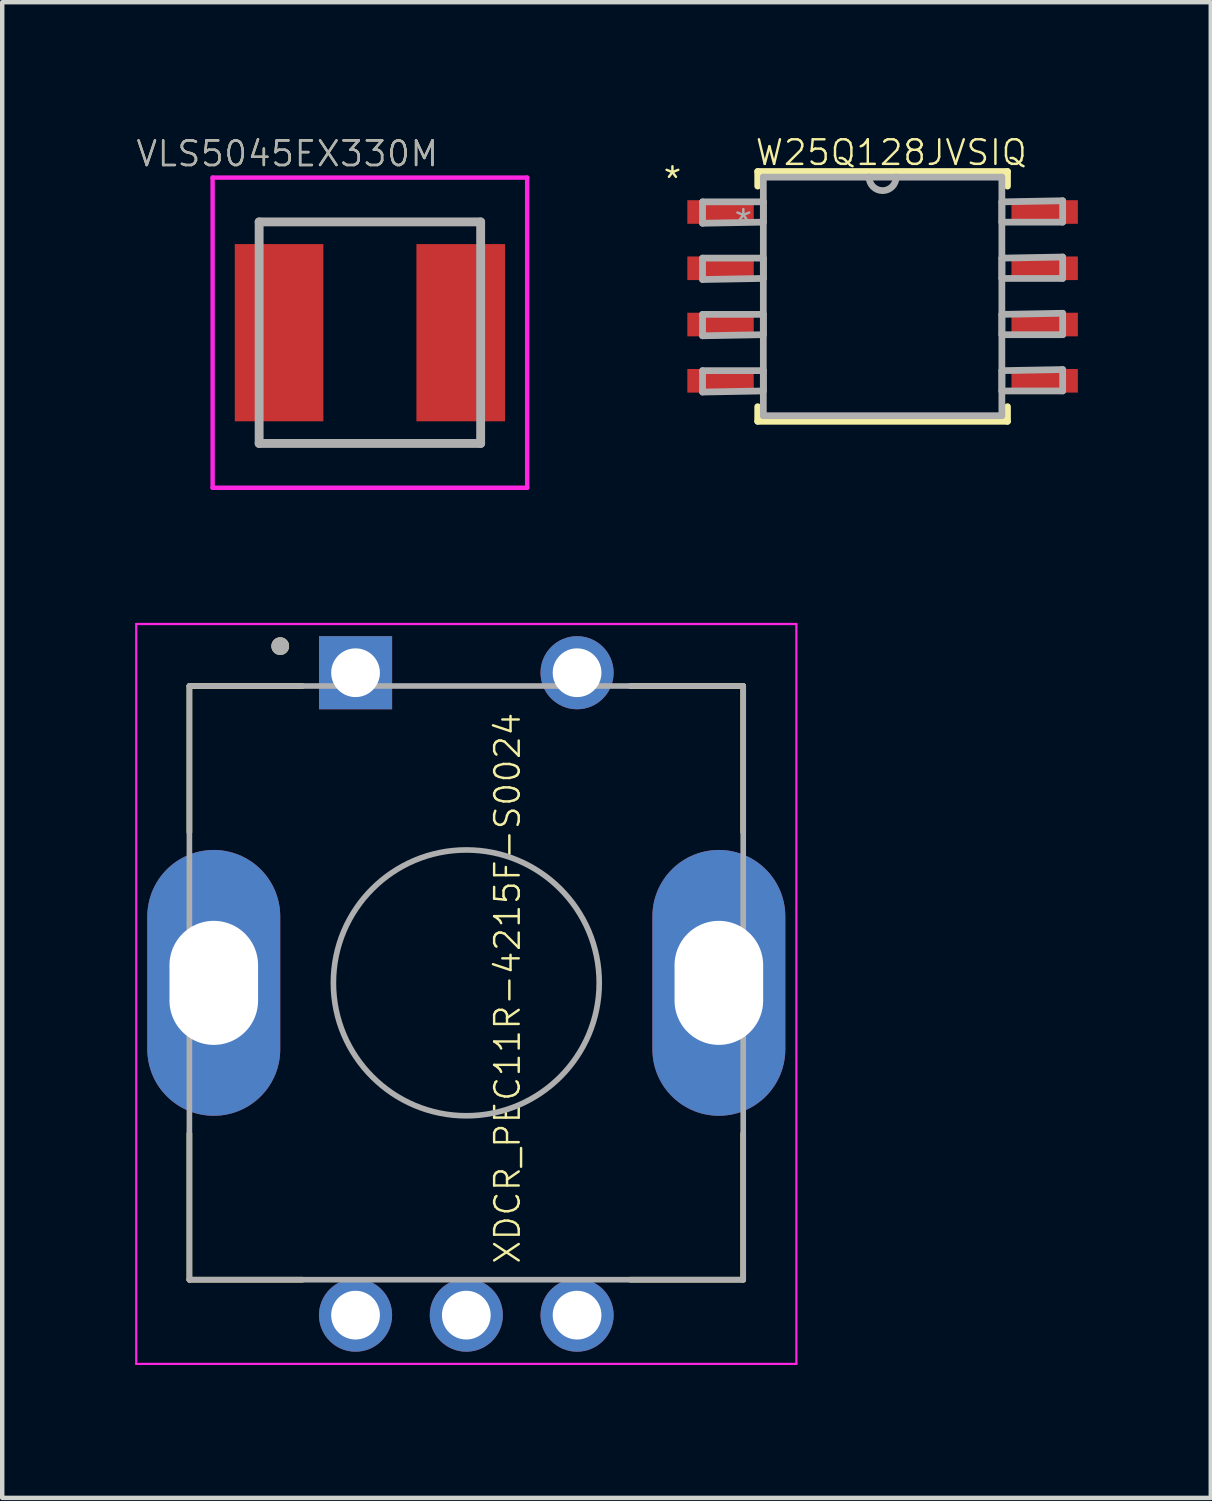
<source format=kicad_pcb>
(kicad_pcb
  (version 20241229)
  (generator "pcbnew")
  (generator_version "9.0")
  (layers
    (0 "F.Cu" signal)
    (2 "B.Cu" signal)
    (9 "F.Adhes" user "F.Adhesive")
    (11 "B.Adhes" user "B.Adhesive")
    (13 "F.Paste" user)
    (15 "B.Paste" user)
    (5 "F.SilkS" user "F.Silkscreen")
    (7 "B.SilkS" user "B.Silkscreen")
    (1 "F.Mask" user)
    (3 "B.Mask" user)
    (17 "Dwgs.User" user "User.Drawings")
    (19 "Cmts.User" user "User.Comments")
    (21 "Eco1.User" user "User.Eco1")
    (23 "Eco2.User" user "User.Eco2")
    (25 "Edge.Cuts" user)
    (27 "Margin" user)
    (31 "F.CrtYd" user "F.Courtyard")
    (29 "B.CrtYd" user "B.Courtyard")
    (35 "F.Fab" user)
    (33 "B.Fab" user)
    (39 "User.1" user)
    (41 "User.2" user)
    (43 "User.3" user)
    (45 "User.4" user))
  (footprint "W25Q128JVSIQ"
    (layer "F.Cu")
    (at 16.871 3.64)
    (property "Reference" "W25Q128JVSIQ" (at 3.296 -2.921 0) (layer "F.SilkS") (effects (font (size 0.555 0.555) (thickness 0.055)) (justify right bottom)))
    (fp_line (start -2.819 -2.819) (end -2.819 -2.489) (stroke (width 0.152) (type solid)) (layer "F.SilkS"))
    (fp_line (start -2.819 2.489) (end -2.819 2.819) (stroke (width 0.152) (type solid)) (layer "F.SilkS"))
    (fp_line (start -2.819 2.819) (end 2.819 2.819) (stroke (width 0.152) (type solid)) (layer "F.SilkS"))
    (fp_line (start 2.819 -2.819) (end -2.819 -2.819) (stroke (width 0.152) (type solid)) (layer "F.SilkS"))
    (fp_line (start 2.819 -2.489) (end 2.819 -2.819) (stroke (width 0.152) (type solid)) (layer "F.SilkS"))
    (fp_line (start 2.819 2.819) (end 2.819 2.489) (stroke (width 0.152) (type solid)) (layer "F.SilkS"))
    (fp_line (start -4.064 -2.134) (end -4.064 -1.651) (stroke (width 0.152) (type solid)) (layer "F.Fab"))
    (fp_line (start -4.064 -1.651) (end -2.692 -1.676) (stroke (width 0.152) (type solid)) (layer "F.Fab"))
    (fp_line (start -4.064 -0.864) (end -4.064 -0.381) (stroke (width 0.152) (type solid)) (layer "F.Fab"))
    (fp_line (start -4.064 -0.381) (end -2.692 -0.406) (stroke (width 0.152) (type solid)) (layer "F.Fab"))
    (fp_line (start -4.064 0.406) (end -4.064 0.889) (stroke (width 0.152) (type solid)) (layer "F.Fab"))
    (fp_line (start -4.064 0.889) (end -2.692 0.864) (stroke (width 0.152) (type solid)) (layer "F.Fab"))
    (fp_line (start -4.064 1.676) (end -4.064 2.159) (stroke (width 0.152) (type solid)) (layer "F.Fab"))
    (fp_line (start -4.064 2.159) (end -2.692 2.134) (stroke (width 0.152) (type solid)) (layer "F.Fab"))
    (fp_line (start -2.692 -2.692) (end -2.692 2.692) (stroke (width 0.152) (type solid)) (layer "F.Fab"))
    (fp_line (start -2.692 -2.134) (end -4.064 -2.134) (stroke (width 0.152) (type solid)) (layer "F.Fab"))
    (fp_line (start -2.692 -1.676) (end -2.692 -2.134) (stroke (width 0.152) (type solid)) (layer "F.Fab"))
    (fp_line (start -2.692 -0.864) (end -4.064 -0.864) (stroke (width 0.152) (type solid)) (layer "F.Fab"))
    (fp_line (start -2.692 -0.406) (end -2.692 -0.864) (stroke (width 0.152) (type solid)) (layer "F.Fab"))
    (fp_line (start -2.692 0.406) (end -4.064 0.406) (stroke (width 0.152) (type solid)) (layer "F.Fab"))
    (fp_line (start -2.692 0.864) (end -2.692 0.406) (stroke (width 0.152) (type solid)) (layer "F.Fab"))
    (fp_line (start -2.692 1.676) (end -4.064 1.676) (stroke (width 0.152) (type solid)) (layer "F.Fab"))
    (fp_line (start -2.692 2.134) (end -2.692 1.676) (stroke (width 0.152) (type solid)) (layer "F.Fab"))
    (fp_line (start -2.692 2.692) (end 2.692 2.692) (stroke (width 0.152) (type solid)) (layer "F.Fab"))
    (fp_line (start -0.305 -2.692) (end -2.692 -2.692) (stroke (width 0.152) (type solid)) (layer "F.Fab"))
    (fp_line (start 0.305 -2.692) (end -0.305 -2.692) (stroke (width 0.152) (type solid)) (layer "F.Fab"))
    (fp_line (start 2.692 -2.692) (end 0.305 -2.692) (stroke (width 0.152) (type solid)) (layer "F.Fab"))
    (fp_line (start 2.692 -2.134) (end 2.692 -1.676) (stroke (width 0.152) (type solid)) (layer "F.Fab"))
    (fp_line (start 2.692 -1.676) (end 4.064 -1.676) (stroke (width 0.152) (type solid)) (layer "F.Fab"))
    (fp_line (start 2.692 -0.864) (end 2.692 -0.406) (stroke (width 0.152) (type solid)) (layer "F.Fab"))
    (fp_line (start 2.692 -0.406) (end 4.064 -0.406) (stroke (width 0.152) (type solid)) (layer "F.Fab"))
    (fp_line (start 2.692 0.406) (end 2.692 0.864) (stroke (width 0.152) (type solid)) (layer "F.Fab"))
    (fp_line (start 2.692 0.864) (end 4.064 0.864) (stroke (width 0.152) (type solid)) (layer "F.Fab"))
    (fp_line (start 2.692 1.676) (end 2.692 2.134) (stroke (width 0.152) (type solid)) (layer "F.Fab"))
    (fp_line (start 2.692 2.134) (end 4.064 2.134) (stroke (width 0.152) (type solid)) (layer "F.Fab"))
    (fp_line (start 2.692 2.692) (end 2.692 -2.692) (stroke (width 0.152) (type solid)) (layer "F.Fab"))
    (fp_line (start 4.064 -2.159) (end 2.692 -2.134) (stroke (width 0.152) (type solid)) (layer "F.Fab"))
    (fp_line (start 4.064 -1.676) (end 4.064 -2.159) (stroke (width 0.152) (type solid)) (layer "F.Fab"))
    (fp_line (start 4.064 -0.889) (end 2.692 -0.864) (stroke (width 0.152) (type solid)) (layer "F.Fab"))
    (fp_line (start 4.064 -0.406) (end 4.064 -0.889) (stroke (width 0.152) (type solid)) (layer "F.Fab"))
    (fp_line (start 4.064 0.381) (end 2.692 0.406) (stroke (width 0.152) (type solid)) (layer "F.Fab"))
    (fp_line (start 4.064 0.864) (end 4.064 0.381) (stroke (width 0.152) (type solid)) (layer "F.Fab"))
    (fp_line (start 4.064 1.651) (end 2.692 1.676) (stroke (width 0.152) (type solid)) (layer "F.Fab"))
    (fp_line (start 4.064 2.134) (end 4.064 1.651) (stroke (width 0.152) (type solid)) (layer "F.Fab"))
    (fp_arc (start 0.3048 -2.6924) (mid 0 -2.3876) (end -0.3048 -2.6924) (stroke (width 0.1524) (type solid)) (layer "F.Fab"))
    (fp_text user "*" (at -4.496 -2.311 0) (layer "F.SilkS") (effects (font (size 0.555 0.555) (thickness 0.055)) (justify right bottom)))
    (fp_text user "*" (at -2.896 -1.346 0) (layer "F.Fab") (effects (font (size 0.555 0.555) (thickness 0.055)) (justify right bottom)))
    (pad "1" smd rect (at -3.658 -1.905 180) (size 1.499 0.533) (layers "F.Cu" "F.Mask" "F.Paste"))
    (pad "2" smd rect (at -3.658 -0.635 180) (size 1.499 0.533) (layers "F.Cu" "F.Mask" "F.Paste"))
    (pad "3" smd rect (at -3.658 0.635 180) (size 1.499 0.533) (layers "F.Cu" "F.Mask" "F.Paste"))
    (pad "4" smd rect (at -3.658 1.905 180) (size 1.499 0.533) (layers "F.Cu" "F.Mask" "F.Paste"))
    (pad "5" smd rect (at 3.658 1.905 180) (size 1.499 0.533) (layers "F.Cu" "F.Mask" "F.Paste"))
    (pad "6" smd rect (at 3.658 0.635 180) (size 1.499 0.533) (layers "F.Cu" "F.Mask" "F.Paste"))
    (pad "7" smd rect (at 3.658 -0.635 180) (size 1.499 0.533) (layers "F.Cu" "F.Mask" "F.Paste"))
    (pad "8" smd rect (at 3.658 -1.905 180) (size 1.499 0.533) (layers "F.Cu" "F.Mask" "F.Paste")))
  (footprint "XDCR_PEC11R-4215F-S0024"
    (layer "F.Cu")
    (at 7.475 19.134)
    (property "Reference" "XDCR_PEC11R-4215F-S0024" (at 0.929 0.12 270) (layer "F.SilkS") (effects (font (size 0.555 0.555) (thickness 0.055))))
    (attr through_hole)
    (fp_line (start -6.25 -6.7) (end -3.7 -6.7) (stroke (width 0.127) (type solid)) (layer "F.SilkS"))
    (fp_line (start -6.25 -3.4) (end -6.25 -6.7) (stroke (width 0.127) (type solid)) (layer "F.SilkS"))
    (fp_line (start -6.25 3.4) (end -6.25 6.7) (stroke (width 0.127) (type solid)) (layer "F.SilkS"))
    (fp_line (start -6.25 6.7) (end -3.7 6.7) (stroke (width 0.127) (type solid)) (layer "F.SilkS"))
    (fp_line (start 3.7 -6.7) (end 6.25 -6.7) (stroke (width 0.127) (type solid)) (layer "F.SilkS"))
    (fp_line (start 3.7 6.7) (end 6.25 6.7) (stroke (width 0.127) (type solid)) (layer "F.SilkS"))
    (fp_line (start 6.25 -6.7) (end 6.25 -3.4) (stroke (width 0.127) (type solid)) (layer "F.SilkS"))
    (fp_line (start 6.25 6.7) (end 6.25 3.4) (stroke (width 0.127) (type solid)) (layer "F.SilkS"))
    (fp_circle (center -4.2 -7.6) (end -4.1 -7.6) (stroke (width 0.2) (type solid)) (fill no) (layer "F.SilkS"))
    (fp_line (start -7.45 -8.1) (end -7.45 8.6) (stroke (width 0.05) (type solid)) (layer "F.CrtYd"))
    (fp_line (start -7.45 8.6) (end 7.45 8.6) (stroke (width 0.05) (type solid)) (layer "F.CrtYd"))
    (fp_line (start 7.45 -8.1) (end -7.45 -8.1) (stroke (width 0.05) (type solid)) (layer "F.CrtYd"))
    (fp_line (start 7.45 8.6) (end 7.45 -8.1) (stroke (width 0.05) (type solid)) (layer "F.CrtYd"))
    (fp_line (start -6.25 -6.7) (end 6.25 -6.7) (stroke (width 0.127) (type solid)) (layer "F.Fab"))
    (fp_line (start -6.25 6.7) (end -6.25 -6.7) (stroke (width 0.127) (type solid)) (layer "F.Fab"))
    (fp_line (start 6.25 -6.7) (end 6.25 6.7) (stroke (width 0.127) (type solid)) (layer "F.Fab"))
    (fp_line (start 6.25 6.7) (end -6.25 6.7) (stroke (width 0.127) (type solid)) (layer "F.Fab"))
    (fp_circle (center -4.2 -7.6) (end -4.1 -7.6) (stroke (width 0.2) (type solid)) (fill no) (layer "F.Fab"))
    (fp_circle (center 0 0) (end 3 0) (stroke (width 0.127) (type solid)) (fill no) (layer "F.Fab"))
    (pad "1" thru_hole rect (at -2.5 -7) (size 1.65 1.65) (drill 1.1) (layers "*.Cu" "*.Mask"))
    (pad "2" thru_hole circle (at 2.5 -7) (size 1.65 1.65) (drill 1.1) (layers "*.Cu" "*.Mask"))
    (pad "A" thru_hole circle (at -2.5 7.5) (size 1.65 1.65) (drill 1.1) (layers "*.Cu" "*.Mask"))
    (pad "B" thru_hole circle (at 2.5 7.5) (size 1.65 1.65) (drill 1.1) (layers "*.Cu" "*.Mask"))
    (pad "C" thru_hole circle (at 0 7.5) (size 1.65 1.65) (drill 1.1) (layers "*.Cu" "*.Mask"))
    (pad "S1" thru_hole oval (at -5.7 0) (size 3 6) (drill oval 2 2.8) (layers "*.Cu" "*.Mask"))
    (pad "S2" thru_hole oval (at 5.7 0) (size 3 6) (drill oval 2 2.8) (layers "*.Cu" "*.Mask")))
  (footprint "VLS5045EX330M"
    (layer "F.Cu")
    (at 5.299 4.459)
    (property "Reference" "VLS5045EX330M" (at -1.865 -4.039 0) (layer "F.SilkS") (effects (font (size 0.555 0.555) (thickness 0.055))))
    (attr smd)
    (fp_line (start -2.5 -2.5) (end 2.5 -2.5) (stroke (width 0.1) (type solid)) (layer "F.SilkS"))
    (fp_line (start -2.5 2.5) (end 2.54 2.5) (stroke (width 0.1) (type solid)) (layer "F.SilkS"))
    (fp_line (start -3.55 -3.5) (end 3.55 -3.5) (stroke (width 0.1) (type solid)) (layer "F.CrtYd"))
    (fp_line (start -3.55 3.5) (end -3.55 -3.5) (stroke (width 0.1) (type solid)) (layer "F.CrtYd"))
    (fp_line (start 3.55 -3.5) (end 3.55 3.5) (stroke (width 0.1) (type solid)) (layer "F.CrtYd"))
    (fp_line (start 3.55 3.5) (end -3.55 3.5) (stroke (width 0.1) (type solid)) (layer "F.CrtYd"))
    (fp_line (start -2.5 -2.5) (end 2.5 -2.5) (stroke (width 0.2) (type solid)) (layer "F.Fab"))
    (fp_line (start -2.5 2.5) (end -2.5 -2.5) (stroke (width 0.2) (type solid)) (layer "F.Fab"))
    (fp_line (start 2.5 -2.5) (end 2.5 2.5) (stroke (width 0.2) (type solid)) (layer "F.Fab"))
    (fp_line (start 2.5 2.5) (end -2.5 2.5) (stroke (width 0.2) (type solid)) (layer "F.Fab"))
    (fp_text user "${REFERENCE}" (at -1.865 -4.039 0) (layer "F.Fab") (effects (font (size 0.555 0.555) (thickness 0.055))))
    (pad "1" smd rect (at -2.05 0 180) (size 2 4) (layers "F.Cu" "F.Mask" "F.Paste"))
    (pad "2" smd rect (at 2.05 0 180) (size 2 4) (layers "F.Cu" "F.Mask" "F.Paste")))
  (gr_rect
    (start -3 -3)
    (end 24.278 30.759)
    (stroke (width 0.1) (type default))
    (fill no)
    (layer "Edge.Cuts")))
</source>
